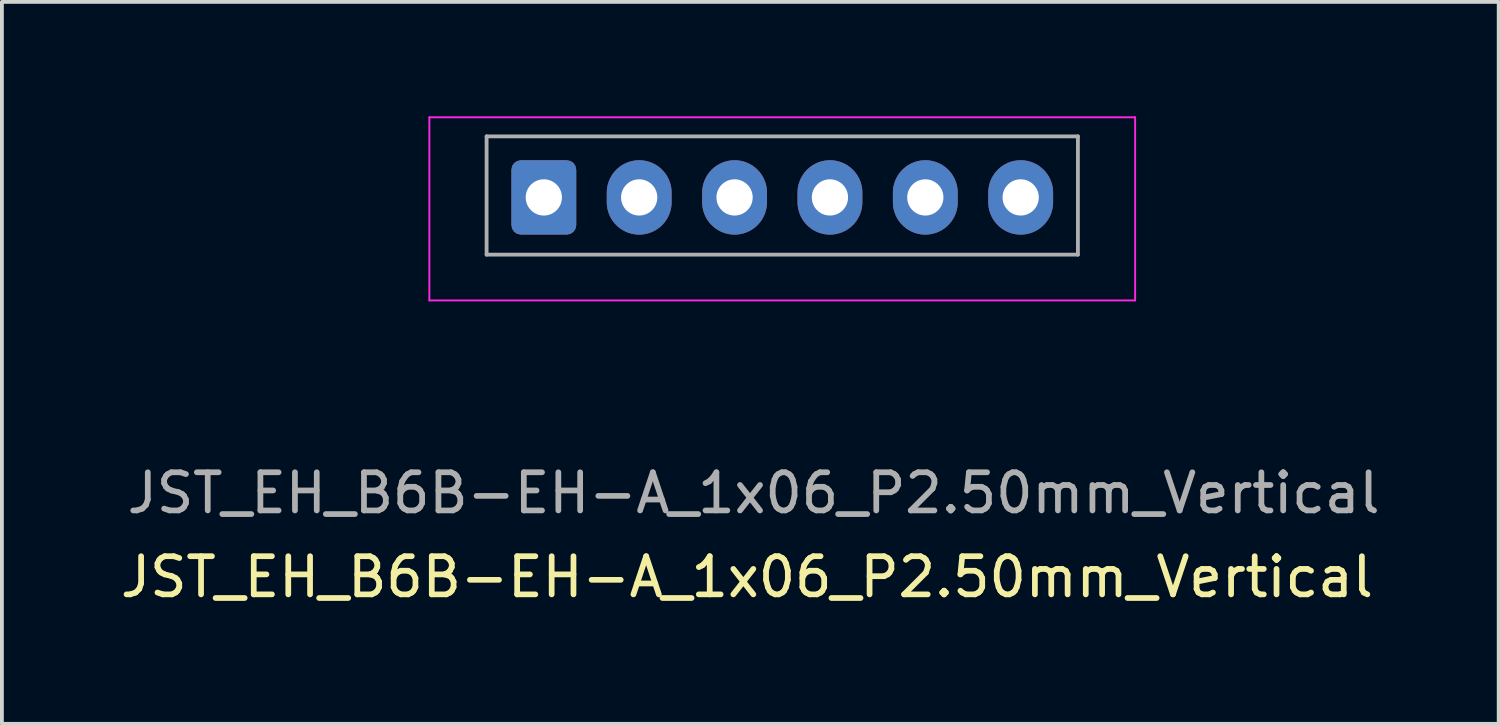
<source format=kicad_pcb>
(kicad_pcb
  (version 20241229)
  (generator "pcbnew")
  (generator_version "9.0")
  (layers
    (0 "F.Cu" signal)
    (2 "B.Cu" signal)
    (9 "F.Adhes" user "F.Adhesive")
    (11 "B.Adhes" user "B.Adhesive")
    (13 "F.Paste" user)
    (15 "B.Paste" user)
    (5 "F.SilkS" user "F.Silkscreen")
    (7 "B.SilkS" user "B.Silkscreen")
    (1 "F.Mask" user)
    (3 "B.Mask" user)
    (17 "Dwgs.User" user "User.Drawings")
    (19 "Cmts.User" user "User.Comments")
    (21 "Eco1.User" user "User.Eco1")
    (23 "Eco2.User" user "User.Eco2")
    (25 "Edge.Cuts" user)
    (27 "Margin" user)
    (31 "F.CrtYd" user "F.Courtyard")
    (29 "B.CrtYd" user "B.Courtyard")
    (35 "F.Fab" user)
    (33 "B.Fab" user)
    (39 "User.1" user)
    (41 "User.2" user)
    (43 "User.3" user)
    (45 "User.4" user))
  (footprint "JST_EH_B6B-EH-A_1x06_P2.50mm_Vertical"
    (layer "F.Cu")
    (at 11.205 2.125)
    (property "Reference" "JST_EH_B6B-EH-A_1x06_P2.50mm_Vertical" (at 5.325 9.95 180) (layer "F.SilkS") (effects (font (size 1 1) (thickness 0.15))))
    (attr through_hole)
    (fp_line (start -3 -2.1) (end -3 2.7) (stroke (width 0.05) (type solid)) (layer "F.CrtYd"))
    (fp_line (start -3 2.7) (end 15.5 2.7) (stroke (width 0.05) (type solid)) (layer "F.CrtYd"))
    (fp_line (start 15.5 -2.1) (end -3 -2.1) (stroke (width 0.05) (type solid)) (layer "F.CrtYd"))
    (fp_line (start 15.5 2.7) (end 15.5 -2.1) (stroke (width 0.05) (type solid)) (layer "F.CrtYd"))
    (fp_line (start -1.5 -1.6) (end -1.5 1.5) (stroke (width 0.1) (type solid)) (layer "F.Fab"))
    (fp_line (start -1.5 1.5) (end 14 1.5) (stroke (width 0.1) (type solid)) (layer "F.Fab"))
    (fp_line (start 14 -1.6) (end -1.5 -1.6) (stroke (width 0.1) (type solid)) (layer "F.Fab"))
    (fp_line (start 14 1.5) (end 14 -1.6) (stroke (width 0.1) (type solid)) (layer "F.Fab"))
    (fp_text user "${REFERENCE}" (at 5.5 7.75 180) (layer "F.Fab") (effects (font (size 1 1) (thickness 0.15))))
    (pad "1" thru_hole roundrect (at 0 0) (size 1.7 1.95) (drill 0.95) (layers "*.Cu" "*.Mask") (roundrect_rratio 0.147))
    (pad "2" thru_hole oval (at 2.5 0) (size 1.7 1.95) (drill 0.95) (layers "*.Cu" "*.Mask"))
    (pad "3" thru_hole oval (at 5 0) (size 1.7 1.95) (drill 0.95) (layers "*.Cu" "*.Mask"))
    (pad "4" thru_hole oval (at 7.5 0) (size 1.7 1.95) (drill 0.95) (layers "*.Cu" "*.Mask"))
    (pad "5" thru_hole oval (at 10 0) (size 1.7 1.95) (drill 0.95) (layers "*.Cu" "*.Mask"))
    (pad "6" thru_hole oval (at 12.5 0) (size 1.7 1.95) (drill 0.95) (layers "*.Cu" "*.Mask")))
  (gr_rect
    (start -3 -3)
    (end 36.235 15.923)
    (stroke (width 0.1) (type default))
    (fill no)
    (layer "Edge.Cuts")))
</source>
